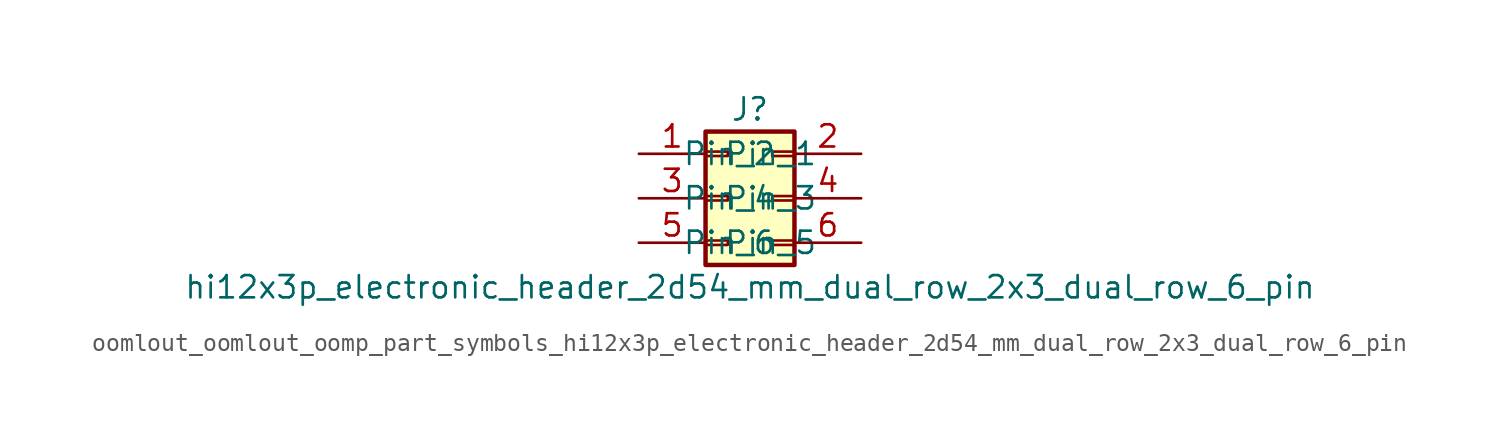
<source format=kicad_sym>
(kicad_symbol_lib
  (version 20220914)
  (generator kicad_symbol_editor)
  (symbol "oomlout_oomlout_oomp_part_symbols_hi12x3p_electronic_header_2d54_mm_dual_row_2x3_dual_row_6_pin"
    (pin_names
      (offset 1.016))
    (property "Reference" "J"
      (at 1.27 5.08 0)
      (effects (font (size 1.27 1.27))))
    (property "Value" "hi12x3p_electronic_header_2d54_mm_dual_row_2x3_dual_row_6_pin"
      (at 1.27 -5.08 0)
      (effects (font (size 1.27 1.27))))
    (symbol "oomlout_oomlout_oomp_part_symbols_hi12x3p_electronic_header_2d54_mm_dual_row_2x3_dual_row_6_pin_1_1"
      (rectangle (start -1.27 -2.413) (end 0 -2.667) (stroke (width 0.152) (type default)) (fill (type none)))
      (rectangle (start -1.27 0.127) (end 0 -0.127) (stroke (width 0.152) (type default)) (fill (type none)))
      (rectangle (start -1.27 2.667) (end 0 2.413) (stroke (width 0.152) (type default)) (fill (type none)))
      (rectangle (start -1.27 3.81) (end 3.81 -3.81) (stroke (width 0.254) (type default)) (fill (type background)))
      (rectangle (start 3.81 -2.413) (end 2.54 -2.667) (stroke (width 0.152) (type default)) (fill (type none)))
      (rectangle (start 3.81 0.127) (end 2.54 -0.127) (stroke (width 0.152) (type default)) (fill (type none)))
      (rectangle (start 3.81 2.667) (end 2.54 2.413) (stroke (width 0.152) (type default)) (fill (type none)))
      (pin passive line (at -5.08 2.54 0) (length 3.81) (name "Pin_1" (effects (font (size 1.27 1.27)))) (number "1" (effects (font (size 1.27 1.27)))))
      (pin passive line (at 7.62 2.54 180) (length 3.81) (name "Pin_2" (effects (font (size 1.27 1.27)))) (number "2" (effects (font (size 1.27 1.27)))))
      (pin passive line (at -5.08 0 0) (length 3.81) (name "Pin_3" (effects (font (size 1.27 1.27)))) (number "3" (effects (font (size 1.27 1.27)))))
      (pin passive line (at 7.62 0 180) (length 3.81) (name "Pin_4" (effects (font (size 1.27 1.27)))) (number "4" (effects (font (size 1.27 1.27)))))
      (pin passive line (at -5.08 -2.54 0) (length 3.81) (name "Pin_5" (effects (font (size 1.27 1.27)))) (number "5" (effects (font (size 1.27 1.27)))))
      (pin passive line (at 7.62 -2.54 180) (length 3.81) (name "Pin_6" (effects (font (size 1.27 1.27)))) (number "6" (effects (font (size 1.27 1.27))))))))
</source>
